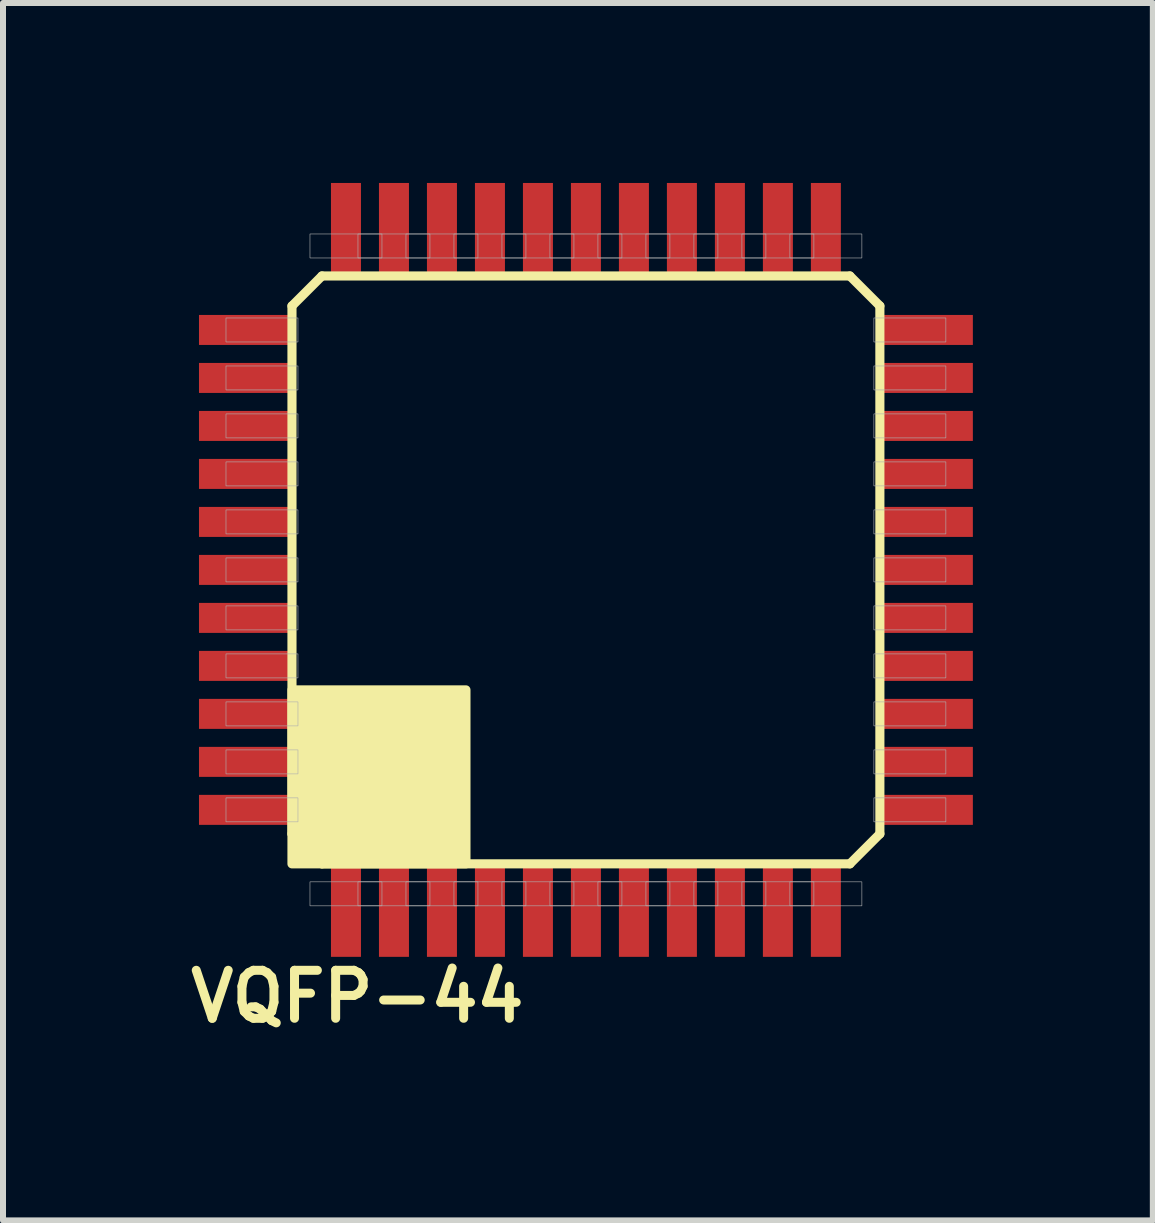
<source format=kicad_pcb>
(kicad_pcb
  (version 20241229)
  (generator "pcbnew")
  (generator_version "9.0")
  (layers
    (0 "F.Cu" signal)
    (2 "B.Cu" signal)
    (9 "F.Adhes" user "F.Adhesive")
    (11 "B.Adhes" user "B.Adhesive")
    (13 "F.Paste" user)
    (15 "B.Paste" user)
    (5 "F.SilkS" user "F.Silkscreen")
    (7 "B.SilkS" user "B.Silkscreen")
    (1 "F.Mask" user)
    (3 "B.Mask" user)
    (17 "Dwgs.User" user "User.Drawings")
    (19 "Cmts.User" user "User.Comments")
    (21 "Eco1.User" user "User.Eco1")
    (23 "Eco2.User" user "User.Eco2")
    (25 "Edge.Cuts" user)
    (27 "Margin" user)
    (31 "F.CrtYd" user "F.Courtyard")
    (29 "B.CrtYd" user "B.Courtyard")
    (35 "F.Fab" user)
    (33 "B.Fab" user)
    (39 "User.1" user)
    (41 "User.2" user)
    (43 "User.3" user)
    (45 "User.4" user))
  (footprint "VQFP-44"
    (layer "F.Cu")
    (at 6.717 6.45)
    (property "Reference" "VQFP-44" (at -3.81 7.112 0) (layer "F.SilkS") (effects (font (size 0.8 0.8) (thickness 0.15))))
    (attr through_hole)
    (fp_line (start -4.9 -4.4) (end -4.4 -4.9) (stroke (width 0.152) (type solid)) (layer "F.SilkS"))
    (fp_line (start -4.9 4.4) (end -4.9 -4.4) (stroke (width 0.152) (type solid)) (layer "F.SilkS"))
    (fp_line (start -4.4 -4.9) (end 4.4 -4.9) (stroke (width 0.152) (type solid)) (layer "F.SilkS"))
    (fp_line (start -4.4 4.9) (end -4.9 4.4) (stroke (width 0.152) (type solid)) (layer "F.SilkS"))
    (fp_line (start 4.4 -4.9) (end 4.9 -4.4) (stroke (width 0.152) (type solid)) (layer "F.SilkS"))
    (fp_line (start 4.4 4.9) (end -4.4 4.9) (stroke (width 0.152) (type solid)) (layer "F.SilkS"))
    (fp_line (start 4.9 -4.4) (end 4.9 4.4) (stroke (width 0.152) (type solid)) (layer "F.SilkS"))
    (fp_line (start 4.9 4.4) (end 4.4 4.9) (stroke (width 0.152) (type solid)) (layer "F.SilkS"))
    (fp_poly (pts (xy -4.9 4.9) (xy -4.9 2) (xy -2 2) (xy -2 4.9)) (stroke (width 0.152) (type solid)) (fill yes) (layer "F.SilkS"))
    (fp_poly (pts (xy -6 -4.2) (xy -4.8 -4.2) (xy -4.8 -3.8) (xy -6 -3.8)) (stroke (width 0.01) (type solid)) (fill no) (layer "F.Fab"))
    (fp_poly (pts (xy -6 -3.4) (xy -4.8 -3.4) (xy -4.8 -3) (xy -6 -3)) (stroke (width 0.01) (type solid)) (fill no) (layer "F.Fab"))
    (fp_poly (pts (xy -6 -2.6) (xy -4.8 -2.6) (xy -4.8 -2.2) (xy -6 -2.2)) (stroke (width 0.01) (type solid)) (fill no) (layer "F.Fab"))
    (fp_poly (pts (xy -6 -1.8) (xy -4.8 -1.8) (xy -4.8 -1.4) (xy -6 -1.4)) (stroke (width 0.01) (type solid)) (fill no) (layer "F.Fab"))
    (fp_poly (pts (xy -6 -1) (xy -4.8 -1) (xy -4.8 -0.6) (xy -6 -0.6)) (stroke (width 0.01) (type solid)) (fill no) (layer "F.Fab"))
    (fp_poly (pts (xy -6 -0.2) (xy -4.8 -0.2) (xy -4.8 0.2) (xy -6 0.2)) (stroke (width 0.01) (type solid)) (fill no) (layer "F.Fab"))
    (fp_poly (pts (xy -6 0.6) (xy -4.8 0.6) (xy -4.8 1) (xy -6 1)) (stroke (width 0.01) (type solid)) (fill no) (layer "F.Fab"))
    (fp_poly (pts (xy -6 1.4) (xy -4.8 1.4) (xy -4.8 1.8) (xy -6 1.8)) (stroke (width 0.01) (type solid)) (fill no) (layer "F.Fab"))
    (fp_poly (pts (xy -6 2.2) (xy -4.8 2.2) (xy -4.8 2.6) (xy -6 2.6)) (stroke (width 0.01) (type solid)) (fill no) (layer "F.Fab"))
    (fp_poly (pts (xy -6 3) (xy -4.8 3) (xy -4.8 3.4) (xy -6 3.4)) (stroke (width 0.01) (type solid)) (fill no) (layer "F.Fab"))
    (fp_poly (pts (xy -6 3.8) (xy -4.8 3.8) (xy -4.8 4.2) (xy -6 4.2)) (stroke (width 0.01) (type solid)) (fill no) (layer "F.Fab"))
    (fp_poly (pts (xy -4.6 -5.6) (xy -3.4 -5.6) (xy -3.4 -5.2) (xy -4.6 -5.2)) (stroke (width 0.01) (type solid)) (fill no) (layer "F.Fab"))
    (fp_poly (pts (xy -4.6 5.2) (xy -3.4 5.2) (xy -3.4 5.6) (xy -4.6 5.6)) (stroke (width 0.01) (type solid)) (fill no) (layer "F.Fab"))
    (fp_poly (pts (xy -3.8 -5.6) (xy -2.6 -5.6) (xy -2.6 -5.2) (xy -3.8 -5.2)) (stroke (width 0.01) (type solid)) (fill no) (layer "F.Fab"))
    (fp_poly (pts (xy -3.8 5.2) (xy -2.6 5.2) (xy -2.6 5.6) (xy -3.8 5.6)) (stroke (width 0.01) (type solid)) (fill no) (layer "F.Fab"))
    (fp_poly (pts (xy -3 -5.6) (xy -1.8 -5.6) (xy -1.8 -5.2) (xy -3 -5.2)) (stroke (width 0.01) (type solid)) (fill no) (layer "F.Fab"))
    (fp_poly (pts (xy -3 5.2) (xy -1.8 5.2) (xy -1.8 5.6) (xy -3 5.6)) (stroke (width 0.01) (type solid)) (fill no) (layer "F.Fab"))
    (fp_poly (pts (xy -2.2 -5.6) (xy -1 -5.6) (xy -1 -5.2) (xy -2.2 -5.2)) (stroke (width 0.01) (type solid)) (fill no) (layer "F.Fab"))
    (fp_poly (pts (xy -2.2 5.2) (xy -1 5.2) (xy -1 5.6) (xy -2.2 5.6)) (stroke (width 0.01) (type solid)) (fill no) (layer "F.Fab"))
    (fp_poly (pts (xy -1.4 -5.6) (xy -0.2 -5.6) (xy -0.2 -5.2) (xy -1.4 -5.2)) (stroke (width 0.01) (type solid)) (fill no) (layer "F.Fab"))
    (fp_poly (pts (xy -1.4 5.2) (xy -0.2 5.2) (xy -0.2 5.6) (xy -1.4 5.6)) (stroke (width 0.01) (type solid)) (fill no) (layer "F.Fab"))
    (fp_poly (pts (xy -0.6 -5.6) (xy 0.6 -5.6) (xy 0.6 -5.2) (xy -0.6 -5.2)) (stroke (width 0.01) (type solid)) (fill no) (layer "F.Fab"))
    (fp_poly (pts (xy -0.6 5.2) (xy 0.6 5.2) (xy 0.6 5.6) (xy -0.6 5.6)) (stroke (width 0.01) (type solid)) (fill no) (layer "F.Fab"))
    (fp_poly (pts (xy 0.2 -5.6) (xy 1.4 -5.6) (xy 1.4 -5.2) (xy 0.2 -5.2)) (stroke (width 0.01) (type solid)) (fill no) (layer "F.Fab"))
    (fp_poly (pts (xy 0.2 5.2) (xy 1.4 5.2) (xy 1.4 5.6) (xy 0.2 5.6)) (stroke (width 0.01) (type solid)) (fill no) (layer "F.Fab"))
    (fp_poly (pts (xy 1 -5.6) (xy 2.2 -5.6) (xy 2.2 -5.2) (xy 1 -5.2)) (stroke (width 0.01) (type solid)) (fill no) (layer "F.Fab"))
    (fp_poly (pts (xy 1 5.2) (xy 2.2 5.2) (xy 2.2 5.6) (xy 1 5.6)) (stroke (width 0.01) (type solid)) (fill no) (layer "F.Fab"))
    (fp_poly (pts (xy 1.8 -5.6) (xy 3 -5.6) (xy 3 -5.2) (xy 1.8 -5.2)) (stroke (width 0.01) (type solid)) (fill no) (layer "F.Fab"))
    (fp_poly (pts (xy 1.8 5.2) (xy 3 5.2) (xy 3 5.6) (xy 1.8 5.6)) (stroke (width 0.01) (type solid)) (fill no) (layer "F.Fab"))
    (fp_poly (pts (xy 2.6 -5.6) (xy 3.8 -5.6) (xy 3.8 -5.2) (xy 2.6 -5.2)) (stroke (width 0.01) (type solid)) (fill no) (layer "F.Fab"))
    (fp_poly (pts (xy 2.6 5.2) (xy 3.8 5.2) (xy 3.8 5.6) (xy 2.6 5.6)) (stroke (width 0.01) (type solid)) (fill no) (layer "F.Fab"))
    (fp_poly (pts (xy 3.4 -5.6) (xy 4.6 -5.6) (xy 4.6 -5.2) (xy 3.4 -5.2)) (stroke (width 0.01) (type solid)) (fill no) (layer "F.Fab"))
    (fp_poly (pts (xy 3.4 5.2) (xy 4.6 5.2) (xy 4.6 5.6) (xy 3.4 5.6)) (stroke (width 0.01) (type solid)) (fill no) (layer "F.Fab"))
    (fp_poly (pts (xy 4.8 -4.2) (xy 6 -4.2) (xy 6 -3.8) (xy 4.8 -3.8)) (stroke (width 0.01) (type solid)) (fill no) (layer "F.Fab"))
    (fp_poly (pts (xy 4.8 -3.4) (xy 6 -3.4) (xy 6 -3) (xy 4.8 -3)) (stroke (width 0.01) (type solid)) (fill no) (layer "F.Fab"))
    (fp_poly (pts (xy 4.8 -2.6) (xy 6 -2.6) (xy 6 -2.2) (xy 4.8 -2.2)) (stroke (width 0.01) (type solid)) (fill no) (layer "F.Fab"))
    (fp_poly (pts (xy 4.8 -1.8) (xy 6 -1.8) (xy 6 -1.4) (xy 4.8 -1.4)) (stroke (width 0.01) (type solid)) (fill no) (layer "F.Fab"))
    (fp_poly (pts (xy 4.8 -1) (xy 6 -1) (xy 6 -0.6) (xy 4.8 -0.6)) (stroke (width 0.01) (type solid)) (fill no) (layer "F.Fab"))
    (fp_poly (pts (xy 4.8 -0.2) (xy 6 -0.2) (xy 6 0.2) (xy 4.8 0.2)) (stroke (width 0.01) (type solid)) (fill no) (layer "F.Fab"))
    (fp_poly (pts (xy 4.8 0.6) (xy 6 0.6) (xy 6 1) (xy 4.8 1)) (stroke (width 0.01) (type solid)) (fill no) (layer "F.Fab"))
    (fp_poly (pts (xy 4.8 1.4) (xy 6 1.4) (xy 6 1.8) (xy 4.8 1.8)) (stroke (width 0.01) (type solid)) (fill no) (layer "F.Fab"))
    (fp_poly (pts (xy 4.8 2.2) (xy 6 2.2) (xy 6 2.6) (xy 4.8 2.6)) (stroke (width 0.01) (type solid)) (fill no) (layer "F.Fab"))
    (fp_poly (pts (xy 4.8 3) (xy 6 3) (xy 6 3.4) (xy 4.8 3.4)) (stroke (width 0.01) (type solid)) (fill no) (layer "F.Fab"))
    (fp_poly (pts (xy 4.8 3.8) (xy 6 3.8) (xy 6 4.2) (xy 4.8 4.2)) (stroke (width 0.01) (type solid)) (fill no) (layer "F.Fab"))
    (pad "1" smd rect (at -4 5.7) (size 0.5 1.5) (layers "F.Cu" "F.Mask" "F.Paste"))
    (pad "2" smd rect (at -3.2 5.7) (size 0.5 1.5) (layers "F.Cu" "F.Mask" "F.Paste"))
    (pad "3" smd rect (at -2.4 5.7) (size 0.5 1.5) (layers "F.Cu" "F.Mask" "F.Paste"))
    (pad "4" smd rect (at -1.6 5.7) (size 0.5 1.5) (layers "F.Cu" "F.Mask" "F.Paste"))
    (pad "5" smd rect (at -0.8 5.7) (size 0.5 1.5) (layers "F.Cu" "F.Mask" "F.Paste"))
    (pad "6" smd rect (at 0 5.7) (size 0.5 1.5) (layers "F.Cu" "F.Mask" "F.Paste"))
    (pad "7" smd rect (at 0.8 5.7) (size 0.5 1.5) (layers "F.Cu" "F.Mask" "F.Paste"))
    (pad "8" smd rect (at 1.6 5.7) (size 0.5 1.5) (layers "F.Cu" "F.Mask" "F.Paste"))
    (pad "9" smd rect (at 2.4 5.7) (size 0.5 1.5) (layers "F.Cu" "F.Mask" "F.Paste"))
    (pad "10" smd rect (at 3.2 5.7) (size 0.5 1.5) (layers "F.Cu" "F.Mask" "F.Paste"))
    (pad "11" smd rect (at 4 5.7) (size 0.5 1.5) (layers "F.Cu" "F.Mask" "F.Paste"))
    (pad "12" smd rect (at 5.7 4) (size 1.5 0.5) (layers "F.Cu" "F.Mask" "F.Paste"))
    (pad "13" smd rect (at 5.7 3.2) (size 1.5 0.5) (layers "F.Cu" "F.Mask" "F.Paste"))
    (pad "14" smd rect (at 5.7 2.4) (size 1.5 0.5) (layers "F.Cu" "F.Mask" "F.Paste"))
    (pad "15" smd rect (at 5.7 1.6) (size 1.5 0.5) (layers "F.Cu" "F.Mask" "F.Paste"))
    (pad "16" smd rect (at 5.7 0.8) (size 1.5 0.5) (layers "F.Cu" "F.Mask" "F.Paste"))
    (pad "17" smd rect (at 5.7 0) (size 1.5 0.5) (layers "F.Cu" "F.Mask" "F.Paste"))
    (pad "18" smd rect (at 5.7 -0.8) (size 1.5 0.5) (layers "F.Cu" "F.Mask" "F.Paste"))
    (pad "19" smd rect (at 5.7 -1.6) (size 1.5 0.5) (layers "F.Cu" "F.Mask" "F.Paste"))
    (pad "20" smd rect (at 5.7 -2.4) (size 1.5 0.5) (layers "F.Cu" "F.Mask" "F.Paste"))
    (pad "21" smd rect (at 5.7 -3.2) (size 1.5 0.5) (layers "F.Cu" "F.Mask" "F.Paste"))
    (pad "22" smd rect (at 5.7 -4) (size 1.5 0.5) (layers "F.Cu" "F.Mask" "F.Paste"))
    (pad "23" smd rect (at 4 -5.7) (size 0.5 1.5) (layers "F.Cu" "F.Mask" "F.Paste"))
    (pad "24" smd rect (at 3.2 -5.7) (size 0.5 1.5) (layers "F.Cu" "F.Mask" "F.Paste"))
    (pad "25" smd rect (at 2.4 -5.7) (size 0.5 1.5) (layers "F.Cu" "F.Mask" "F.Paste"))
    (pad "26" smd rect (at 1.6 -5.7) (size 0.5 1.5) (layers "F.Cu" "F.Mask" "F.Paste"))
    (pad "27" smd rect (at 0.8 -5.7) (size 0.5 1.5) (layers "F.Cu" "F.Mask" "F.Paste"))
    (pad "28" smd rect (at 0 -5.7) (size 0.5 1.5) (layers "F.Cu" "F.Mask" "F.Paste"))
    (pad "29" smd rect (at -0.8 -5.7) (size 0.5 1.5) (layers "F.Cu" "F.Mask" "F.Paste"))
    (pad "30" smd rect (at -1.6 -5.7) (size 0.5 1.5) (layers "F.Cu" "F.Mask" "F.Paste"))
    (pad "31" smd rect (at -2.4 -5.7) (size 0.5 1.5) (layers "F.Cu" "F.Mask" "F.Paste"))
    (pad "32" smd rect (at -3.2 -5.7) (size 0.5 1.5) (layers "F.Cu" "F.Mask" "F.Paste"))
    (pad "33" smd rect (at -4 -5.7) (size 0.5 1.5) (layers "F.Cu" "F.Mask" "F.Paste"))
    (pad "34" smd rect (at -5.7 -4) (size 1.5 0.5) (layers "F.Cu" "F.Mask" "F.Paste"))
    (pad "35" smd rect (at -5.7 -3.2) (size 1.5 0.5) (layers "F.Cu" "F.Mask" "F.Paste"))
    (pad "36" smd rect (at -5.7 -2.4) (size 1.5 0.5) (layers "F.Cu" "F.Mask" "F.Paste"))
    (pad "37" smd rect (at -5.7 -1.6) (size 1.5 0.5) (layers "F.Cu" "F.Mask" "F.Paste"))
    (pad "38" smd rect (at -5.7 -0.8) (size 1.5 0.5) (layers "F.Cu" "F.Mask" "F.Paste"))
    (pad "39" smd rect (at -5.7 0) (size 1.5 0.5) (layers "F.Cu" "F.Mask" "F.Paste"))
    (pad "40" smd rect (at -5.7 0.8) (size 1.5 0.5) (layers "F.Cu" "F.Mask" "F.Paste"))
    (pad "41" smd rect (at -5.7 1.6) (size 1.5 0.5) (layers "F.Cu" "F.Mask" "F.Paste"))
    (pad "42" smd rect (at -5.7 2.4) (size 1.5 0.5) (layers "F.Cu" "F.Mask" "F.Paste"))
    (pad "43" smd rect (at -5.7 3.2) (size 1.5 0.5) (layers "F.Cu" "F.Mask" "F.Paste"))
    (pad "44" smd rect (at -5.7 4) (size 1.5 0.5) (layers "F.Cu" "F.Mask" "F.Paste")))
  (gr_rect
    (start -3 -3)
    (end 16.167 17.293)
    (stroke (width 0.1) (type default))
    (fill no)
    (layer "Edge.Cuts")))
</source>
